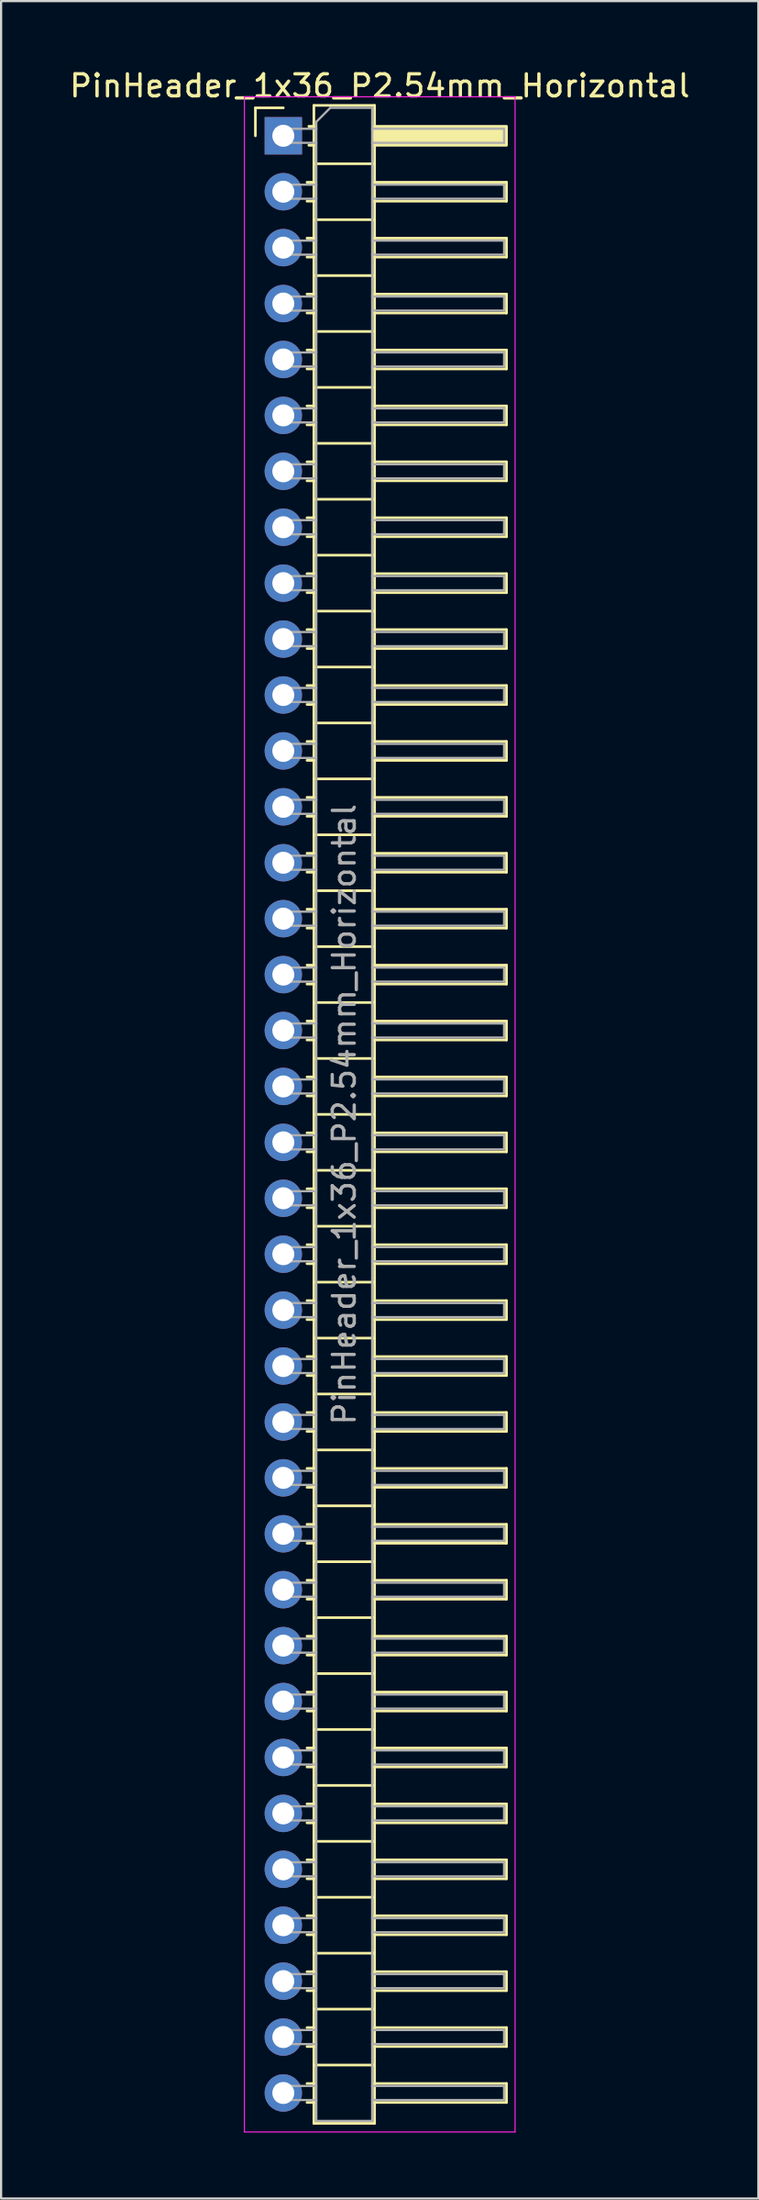
<source format=kicad_pcb>
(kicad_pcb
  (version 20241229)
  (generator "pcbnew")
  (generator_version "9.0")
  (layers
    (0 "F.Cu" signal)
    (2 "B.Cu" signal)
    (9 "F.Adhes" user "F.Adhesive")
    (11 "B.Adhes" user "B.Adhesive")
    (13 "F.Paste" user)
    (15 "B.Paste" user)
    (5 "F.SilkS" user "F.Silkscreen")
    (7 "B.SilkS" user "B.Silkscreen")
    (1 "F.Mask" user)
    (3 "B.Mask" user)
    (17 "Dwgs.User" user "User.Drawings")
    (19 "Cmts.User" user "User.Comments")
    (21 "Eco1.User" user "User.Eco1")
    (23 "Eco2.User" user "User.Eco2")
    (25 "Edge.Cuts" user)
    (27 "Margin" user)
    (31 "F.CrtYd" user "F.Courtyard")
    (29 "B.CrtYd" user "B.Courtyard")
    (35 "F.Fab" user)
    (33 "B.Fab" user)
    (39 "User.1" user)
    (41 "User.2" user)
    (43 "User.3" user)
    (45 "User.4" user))
  (footprint "PinHeader_1x36_P2.54mm_Horizontal"
    (layer "F.Cu")
    (at 9.835 3.118)
    (property "Reference" "PinHeader_1x36_P2.54mm_Horizontal" (at 4.385 -2.27 0) (layer "F.SilkS") (effects (font (size 1 1) (thickness 0.15))))
    (attr through_hole)
    (fp_line (start -1.27 -1.27) (end 0 -1.27) (stroke (width 0.12) (type solid)) (layer "F.SilkS"))
    (fp_line (start -1.27 0) (end -1.27 -1.27) (stroke (width 0.12) (type solid)) (layer "F.SilkS"))
    (fp_line (start 1.077 2.11) (end 1.39 2.11) (stroke (width 0.12) (type solid)) (layer "F.SilkS"))
    (fp_line (start 1.077 2.97) (end 1.39 2.97) (stroke (width 0.12) (type solid)) (layer "F.SilkS"))
    (fp_line (start 1.077 4.65) (end 1.39 4.65) (stroke (width 0.12) (type solid)) (layer "F.SilkS"))
    (fp_line (start 1.077 5.51) (end 1.39 5.51) (stroke (width 0.12) (type solid)) (layer "F.SilkS"))
    (fp_line (start 1.077 7.19) (end 1.39 7.19) (stroke (width 0.12) (type solid)) (layer "F.SilkS"))
    (fp_line (start 1.077 8.05) (end 1.39 8.05) (stroke (width 0.12) (type solid)) (layer "F.SilkS"))
    (fp_line (start 1.077 9.73) (end 1.39 9.73) (stroke (width 0.12) (type solid)) (layer "F.SilkS"))
    (fp_line (start 1.077 10.59) (end 1.39 10.59) (stroke (width 0.12) (type solid)) (layer "F.SilkS"))
    (fp_line (start 1.077 12.27) (end 1.39 12.27) (stroke (width 0.12) (type solid)) (layer "F.SilkS"))
    (fp_line (start 1.077 13.13) (end 1.39 13.13) (stroke (width 0.12) (type solid)) (layer "F.SilkS"))
    (fp_line (start 1.077 14.81) (end 1.39 14.81) (stroke (width 0.12) (type solid)) (layer "F.SilkS"))
    (fp_line (start 1.077 15.67) (end 1.39 15.67) (stroke (width 0.12) (type solid)) (layer "F.SilkS"))
    (fp_line (start 1.077 17.35) (end 1.39 17.35) (stroke (width 0.12) (type solid)) (layer "F.SilkS"))
    (fp_line (start 1.077 18.21) (end 1.39 18.21) (stroke (width 0.12) (type solid)) (layer "F.SilkS"))
    (fp_line (start 1.077 19.89) (end 1.39 19.89) (stroke (width 0.12) (type solid)) (layer "F.SilkS"))
    (fp_line (start 1.077 20.75) (end 1.39 20.75) (stroke (width 0.12) (type solid)) (layer "F.SilkS"))
    (fp_line (start 1.077 22.43) (end 1.39 22.43) (stroke (width 0.12) (type solid)) (layer "F.SilkS"))
    (fp_line (start 1.077 23.29) (end 1.39 23.29) (stroke (width 0.12) (type solid)) (layer "F.SilkS"))
    (fp_line (start 1.077 24.97) (end 1.39 24.97) (stroke (width 0.12) (type solid)) (layer "F.SilkS"))
    (fp_line (start 1.077 25.83) (end 1.39 25.83) (stroke (width 0.12) (type solid)) (layer "F.SilkS"))
    (fp_line (start 1.077 27.51) (end 1.39 27.51) (stroke (width 0.12) (type solid)) (layer "F.SilkS"))
    (fp_line (start 1.077 28.37) (end 1.39 28.37) (stroke (width 0.12) (type solid)) (layer "F.SilkS"))
    (fp_line (start 1.077 30.05) (end 1.39 30.05) (stroke (width 0.12) (type solid)) (layer "F.SilkS"))
    (fp_line (start 1.077 30.91) (end 1.39 30.91) (stroke (width 0.12) (type solid)) (layer "F.SilkS"))
    (fp_line (start 1.077 32.59) (end 1.39 32.59) (stroke (width 0.12) (type solid)) (layer "F.SilkS"))
    (fp_line (start 1.077 33.45) (end 1.39 33.45) (stroke (width 0.12) (type solid)) (layer "F.SilkS"))
    (fp_line (start 1.077 35.13) (end 1.39 35.13) (stroke (width 0.12) (type solid)) (layer "F.SilkS"))
    (fp_line (start 1.077 35.99) (end 1.39 35.99) (stroke (width 0.12) (type solid)) (layer "F.SilkS"))
    (fp_line (start 1.077 37.67) (end 1.39 37.67) (stroke (width 0.12) (type solid)) (layer "F.SilkS"))
    (fp_line (start 1.077 38.53) (end 1.39 38.53) (stroke (width 0.12) (type solid)) (layer "F.SilkS"))
    (fp_line (start 1.077 40.21) (end 1.39 40.21) (stroke (width 0.12) (type solid)) (layer "F.SilkS"))
    (fp_line (start 1.077 41.07) (end 1.39 41.07) (stroke (width 0.12) (type solid)) (layer "F.SilkS"))
    (fp_line (start 1.077 42.75) (end 1.39 42.75) (stroke (width 0.12) (type solid)) (layer "F.SilkS"))
    (fp_line (start 1.077 43.61) (end 1.39 43.61) (stroke (width 0.12) (type solid)) (layer "F.SilkS"))
    (fp_line (start 1.077 45.29) (end 1.39 45.29) (stroke (width 0.12) (type solid)) (layer "F.SilkS"))
    (fp_line (start 1.077 46.15) (end 1.39 46.15) (stroke (width 0.12) (type solid)) (layer "F.SilkS"))
    (fp_line (start 1.077 47.83) (end 1.39 47.83) (stroke (width 0.12) (type solid)) (layer "F.SilkS"))
    (fp_line (start 1.077 48.69) (end 1.39 48.69) (stroke (width 0.12) (type solid)) (layer "F.SilkS"))
    (fp_line (start 1.077 50.37) (end 1.39 50.37) (stroke (width 0.12) (type solid)) (layer "F.SilkS"))
    (fp_line (start 1.077 51.23) (end 1.39 51.23) (stroke (width 0.12) (type solid)) (layer "F.SilkS"))
    (fp_line (start 1.077 52.91) (end 1.39 52.91) (stroke (width 0.12) (type solid)) (layer "F.SilkS"))
    (fp_line (start 1.077 53.77) (end 1.39 53.77) (stroke (width 0.12) (type solid)) (layer "F.SilkS"))
    (fp_line (start 1.077 55.45) (end 1.39 55.45) (stroke (width 0.12) (type solid)) (layer "F.SilkS"))
    (fp_line (start 1.077 56.31) (end 1.39 56.31) (stroke (width 0.12) (type solid)) (layer "F.SilkS"))
    (fp_line (start 1.077 57.99) (end 1.39 57.99) (stroke (width 0.12) (type solid)) (layer "F.SilkS"))
    (fp_line (start 1.077 58.85) (end 1.39 58.85) (stroke (width 0.12) (type solid)) (layer "F.SilkS"))
    (fp_line (start 1.077 60.53) (end 1.39 60.53) (stroke (width 0.12) (type solid)) (layer "F.SilkS"))
    (fp_line (start 1.077 61.39) (end 1.39 61.39) (stroke (width 0.12) (type solid)) (layer "F.SilkS"))
    (fp_line (start 1.077 63.07) (end 1.39 63.07) (stroke (width 0.12) (type solid)) (layer "F.SilkS"))
    (fp_line (start 1.077 63.93) (end 1.39 63.93) (stroke (width 0.12) (type solid)) (layer "F.SilkS"))
    (fp_line (start 1.077 65.61) (end 1.39 65.61) (stroke (width 0.12) (type solid)) (layer "F.SilkS"))
    (fp_line (start 1.077 66.47) (end 1.39 66.47) (stroke (width 0.12) (type solid)) (layer "F.SilkS"))
    (fp_line (start 1.077 68.15) (end 1.39 68.15) (stroke (width 0.12) (type solid)) (layer "F.SilkS"))
    (fp_line (start 1.077 69.01) (end 1.39 69.01) (stroke (width 0.12) (type solid)) (layer "F.SilkS"))
    (fp_line (start 1.077 70.69) (end 1.39 70.69) (stroke (width 0.12) (type solid)) (layer "F.SilkS"))
    (fp_line (start 1.077 71.55) (end 1.39 71.55) (stroke (width 0.12) (type solid)) (layer "F.SilkS"))
    (fp_line (start 1.077 73.23) (end 1.39 73.23) (stroke (width 0.12) (type solid)) (layer "F.SilkS"))
    (fp_line (start 1.077 74.09) (end 1.39 74.09) (stroke (width 0.12) (type solid)) (layer "F.SilkS"))
    (fp_line (start 1.077 75.77) (end 1.39 75.77) (stroke (width 0.12) (type solid)) (layer "F.SilkS"))
    (fp_line (start 1.077 76.63) (end 1.39 76.63) (stroke (width 0.12) (type solid)) (layer "F.SilkS"))
    (fp_line (start 1.077 78.31) (end 1.39 78.31) (stroke (width 0.12) (type solid)) (layer "F.SilkS"))
    (fp_line (start 1.077 79.17) (end 1.39 79.17) (stroke (width 0.12) (type solid)) (layer "F.SilkS"))
    (fp_line (start 1.077 80.85) (end 1.39 80.85) (stroke (width 0.12) (type solid)) (layer "F.SilkS"))
    (fp_line (start 1.077 81.71) (end 1.39 81.71) (stroke (width 0.12) (type solid)) (layer "F.SilkS"))
    (fp_line (start 1.077 83.39) (end 1.39 83.39) (stroke (width 0.12) (type solid)) (layer "F.SilkS"))
    (fp_line (start 1.077 84.25) (end 1.39 84.25) (stroke (width 0.12) (type solid)) (layer "F.SilkS"))
    (fp_line (start 1.077 85.93) (end 1.39 85.93) (stroke (width 0.12) (type solid)) (layer "F.SilkS"))
    (fp_line (start 1.077 86.79) (end 1.39 86.79) (stroke (width 0.12) (type solid)) (layer "F.SilkS"))
    (fp_line (start 1.077 88.47) (end 1.39 88.47) (stroke (width 0.12) (type solid)) (layer "F.SilkS"))
    (fp_line (start 1.077 89.33) (end 1.39 89.33) (stroke (width 0.12) (type solid)) (layer "F.SilkS"))
    (fp_line (start 1.16 -0.43) (end 1.39 -0.43) (stroke (width 0.12) (type solid)) (layer "F.SilkS"))
    (fp_line (start 1.16 0.43) (end 1.39 0.43) (stroke (width 0.12) (type solid)) (layer "F.SilkS"))
    (fp_line (start 1.39 -1.38) (end 1.39 90.28) (stroke (width 0.12) (type solid)) (layer "F.SilkS"))
    (fp_line (start 1.39 1.27) (end 4.15 1.27) (stroke (width 0.12) (type solid)) (layer "F.SilkS"))
    (fp_line (start 1.39 3.81) (end 4.15 3.81) (stroke (width 0.12) (type solid)) (layer "F.SilkS"))
    (fp_line (start 1.39 6.35) (end 4.15 6.35) (stroke (width 0.12) (type solid)) (layer "F.SilkS"))
    (fp_line (start 1.39 8.89) (end 4.15 8.89) (stroke (width 0.12) (type solid)) (layer "F.SilkS"))
    (fp_line (start 1.39 11.43) (end 4.15 11.43) (stroke (width 0.12) (type solid)) (layer "F.SilkS"))
    (fp_line (start 1.39 13.97) (end 4.15 13.97) (stroke (width 0.12) (type solid)) (layer "F.SilkS"))
    (fp_line (start 1.39 16.51) (end 4.15 16.51) (stroke (width 0.12) (type solid)) (layer "F.SilkS"))
    (fp_line (start 1.39 19.05) (end 4.15 19.05) (stroke (width 0.12) (type solid)) (layer "F.SilkS"))
    (fp_line (start 1.39 21.59) (end 4.15 21.59) (stroke (width 0.12) (type solid)) (layer "F.SilkS"))
    (fp_line (start 1.39 24.13) (end 4.15 24.13) (stroke (width 0.12) (type solid)) (layer "F.SilkS"))
    (fp_line (start 1.39 26.67) (end 4.15 26.67) (stroke (width 0.12) (type solid)) (layer "F.SilkS"))
    (fp_line (start 1.39 29.21) (end 4.15 29.21) (stroke (width 0.12) (type solid)) (layer "F.SilkS"))
    (fp_line (start 1.39 31.75) (end 4.15 31.75) (stroke (width 0.12) (type solid)) (layer "F.SilkS"))
    (fp_line (start 1.39 34.29) (end 4.15 34.29) (stroke (width 0.12) (type solid)) (layer "F.SilkS"))
    (fp_line (start 1.39 36.83) (end 4.15 36.83) (stroke (width 0.12) (type solid)) (layer "F.SilkS"))
    (fp_line (start 1.39 39.37) (end 4.15 39.37) (stroke (width 0.12) (type solid)) (layer "F.SilkS"))
    (fp_line (start 1.39 41.91) (end 4.15 41.91) (stroke (width 0.12) (type solid)) (layer "F.SilkS"))
    (fp_line (start 1.39 44.45) (end 4.15 44.45) (stroke (width 0.12) (type solid)) (layer "F.SilkS"))
    (fp_line (start 1.39 46.99) (end 4.15 46.99) (stroke (width 0.12) (type solid)) (layer "F.SilkS"))
    (fp_line (start 1.39 49.53) (end 4.15 49.53) (stroke (width 0.12) (type solid)) (layer "F.SilkS"))
    (fp_line (start 1.39 52.07) (end 4.15 52.07) (stroke (width 0.12) (type solid)) (layer "F.SilkS"))
    (fp_line (start 1.39 54.61) (end 4.15 54.61) (stroke (width 0.12) (type solid)) (layer "F.SilkS"))
    (fp_line (start 1.39 57.15) (end 4.15 57.15) (stroke (width 0.12) (type solid)) (layer "F.SilkS"))
    (fp_line (start 1.39 59.69) (end 4.15 59.69) (stroke (width 0.12) (type solid)) (layer "F.SilkS"))
    (fp_line (start 1.39 62.23) (end 4.15 62.23) (stroke (width 0.12) (type solid)) (layer "F.SilkS"))
    (fp_line (start 1.39 64.77) (end 4.15 64.77) (stroke (width 0.12) (type solid)) (layer "F.SilkS"))
    (fp_line (start 1.39 67.31) (end 4.15 67.31) (stroke (width 0.12) (type solid)) (layer "F.SilkS"))
    (fp_line (start 1.39 69.85) (end 4.15 69.85) (stroke (width 0.12) (type solid)) (layer "F.SilkS"))
    (fp_line (start 1.39 72.39) (end 4.15 72.39) (stroke (width 0.12) (type solid)) (layer "F.SilkS"))
    (fp_line (start 1.39 74.93) (end 4.15 74.93) (stroke (width 0.12) (type solid)) (layer "F.SilkS"))
    (fp_line (start 1.39 77.47) (end 4.15 77.47) (stroke (width 0.12) (type solid)) (layer "F.SilkS"))
    (fp_line (start 1.39 80.01) (end 4.15 80.01) (stroke (width 0.12) (type solid)) (layer "F.SilkS"))
    (fp_line (start 1.39 82.55) (end 4.15 82.55) (stroke (width 0.12) (type solid)) (layer "F.SilkS"))
    (fp_line (start 1.39 85.09) (end 4.15 85.09) (stroke (width 0.12) (type solid)) (layer "F.SilkS"))
    (fp_line (start 1.39 87.63) (end 4.15 87.63) (stroke (width 0.12) (type solid)) (layer "F.SilkS"))
    (fp_line (start 1.39 90.28) (end 4.15 90.28) (stroke (width 0.12) (type solid)) (layer "F.SilkS"))
    (fp_line (start 4.15 -1.38) (end 1.39 -1.38) (stroke (width 0.12) (type solid)) (layer "F.SilkS"))
    (fp_line (start 4.15 2.11) (end 10.15 2.11) (stroke (width 0.12) (type solid)) (layer "F.SilkS"))
    (fp_line (start 4.15 4.65) (end 10.15 4.65) (stroke (width 0.12) (type solid)) (layer "F.SilkS"))
    (fp_line (start 4.15 7.19) (end 10.15 7.19) (stroke (width 0.12) (type solid)) (layer "F.SilkS"))
    (fp_line (start 4.15 9.73) (end 10.15 9.73) (stroke (width 0.12) (type solid)) (layer "F.SilkS"))
    (fp_line (start 4.15 12.27) (end 10.15 12.27) (stroke (width 0.12) (type solid)) (layer "F.SilkS"))
    (fp_line (start 4.15 14.81) (end 10.15 14.81) (stroke (width 0.12) (type solid)) (layer "F.SilkS"))
    (fp_line (start 4.15 17.35) (end 10.15 17.35) (stroke (width 0.12) (type solid)) (layer "F.SilkS"))
    (fp_line (start 4.15 19.89) (end 10.15 19.89) (stroke (width 0.12) (type solid)) (layer "F.SilkS"))
    (fp_line (start 4.15 22.43) (end 10.15 22.43) (stroke (width 0.12) (type solid)) (layer "F.SilkS"))
    (fp_line (start 4.15 24.97) (end 10.15 24.97) (stroke (width 0.12) (type solid)) (layer "F.SilkS"))
    (fp_line (start 4.15 27.51) (end 10.15 27.51) (stroke (width 0.12) (type solid)) (layer "F.SilkS"))
    (fp_line (start 4.15 30.05) (end 10.15 30.05) (stroke (width 0.12) (type solid)) (layer "F.SilkS"))
    (fp_line (start 4.15 32.59) (end 10.15 32.59) (stroke (width 0.12) (type solid)) (layer "F.SilkS"))
    (fp_line (start 4.15 35.13) (end 10.15 35.13) (stroke (width 0.12) (type solid)) (layer "F.SilkS"))
    (fp_line (start 4.15 37.67) (end 10.15 37.67) (stroke (width 0.12) (type solid)) (layer "F.SilkS"))
    (fp_line (start 4.15 40.21) (end 10.15 40.21) (stroke (width 0.12) (type solid)) (layer "F.SilkS"))
    (fp_line (start 4.15 42.75) (end 10.15 42.75) (stroke (width 0.12) (type solid)) (layer "F.SilkS"))
    (fp_line (start 4.15 45.29) (end 10.15 45.29) (stroke (width 0.12) (type solid)) (layer "F.SilkS"))
    (fp_line (start 4.15 47.83) (end 10.15 47.83) (stroke (width 0.12) (type solid)) (layer "F.SilkS"))
    (fp_line (start 4.15 50.37) (end 10.15 50.37) (stroke (width 0.12) (type solid)) (layer "F.SilkS"))
    (fp_line (start 4.15 52.91) (end 10.15 52.91) (stroke (width 0.12) (type solid)) (layer "F.SilkS"))
    (fp_line (start 4.15 55.45) (end 10.15 55.45) (stroke (width 0.12) (type solid)) (layer "F.SilkS"))
    (fp_line (start 4.15 57.99) (end 10.15 57.99) (stroke (width 0.12) (type solid)) (layer "F.SilkS"))
    (fp_line (start 4.15 60.53) (end 10.15 60.53) (stroke (width 0.12) (type solid)) (layer "F.SilkS"))
    (fp_line (start 4.15 63.07) (end 10.15 63.07) (stroke (width 0.12) (type solid)) (layer "F.SilkS"))
    (fp_line (start 4.15 65.61) (end 10.15 65.61) (stroke (width 0.12) (type solid)) (layer "F.SilkS"))
    (fp_line (start 4.15 68.15) (end 10.15 68.15) (stroke (width 0.12) (type solid)) (layer "F.SilkS"))
    (fp_line (start 4.15 70.69) (end 10.15 70.69) (stroke (width 0.12) (type solid)) (layer "F.SilkS"))
    (fp_line (start 4.15 73.23) (end 10.15 73.23) (stroke (width 0.12) (type solid)) (layer "F.SilkS"))
    (fp_line (start 4.15 75.77) (end 10.15 75.77) (stroke (width 0.12) (type solid)) (layer "F.SilkS"))
    (fp_line (start 4.15 78.31) (end 10.15 78.31) (stroke (width 0.12) (type solid)) (layer "F.SilkS"))
    (fp_line (start 4.15 80.85) (end 10.15 80.85) (stroke (width 0.12) (type solid)) (layer "F.SilkS"))
    (fp_line (start 4.15 83.39) (end 10.15 83.39) (stroke (width 0.12) (type solid)) (layer "F.SilkS"))
    (fp_line (start 4.15 85.93) (end 10.15 85.93) (stroke (width 0.12) (type solid)) (layer "F.SilkS"))
    (fp_line (start 4.15 88.47) (end 10.15 88.47) (stroke (width 0.12) (type solid)) (layer "F.SilkS"))
    (fp_line (start 4.15 90.28) (end 4.15 -1.38) (stroke (width 0.12) (type solid)) (layer "F.SilkS"))
    (fp_line (start 10.15 2.11) (end 10.15 2.97) (stroke (width 0.12) (type solid)) (layer "F.SilkS"))
    (fp_line (start 10.15 2.97) (end 4.15 2.97) (stroke (width 0.12) (type solid)) (layer "F.SilkS"))
    (fp_line (start 10.15 4.65) (end 10.15 5.51) (stroke (width 0.12) (type solid)) (layer "F.SilkS"))
    (fp_line (start 10.15 5.51) (end 4.15 5.51) (stroke (width 0.12) (type solid)) (layer "F.SilkS"))
    (fp_line (start 10.15 7.19) (end 10.15 8.05) (stroke (width 0.12) (type solid)) (layer "F.SilkS"))
    (fp_line (start 10.15 8.05) (end 4.15 8.05) (stroke (width 0.12) (type solid)) (layer "F.SilkS"))
    (fp_line (start 10.15 9.73) (end 10.15 10.59) (stroke (width 0.12) (type solid)) (layer "F.SilkS"))
    (fp_line (start 10.15 10.59) (end 4.15 10.59) (stroke (width 0.12) (type solid)) (layer "F.SilkS"))
    (fp_line (start 10.15 12.27) (end 10.15 13.13) (stroke (width 0.12) (type solid)) (layer "F.SilkS"))
    (fp_line (start 10.15 13.13) (end 4.15 13.13) (stroke (width 0.12) (type solid)) (layer "F.SilkS"))
    (fp_line (start 10.15 14.81) (end 10.15 15.67) (stroke (width 0.12) (type solid)) (layer "F.SilkS"))
    (fp_line (start 10.15 15.67) (end 4.15 15.67) (stroke (width 0.12) (type solid)) (layer "F.SilkS"))
    (fp_line (start 10.15 17.35) (end 10.15 18.21) (stroke (width 0.12) (type solid)) (layer "F.SilkS"))
    (fp_line (start 10.15 18.21) (end 4.15 18.21) (stroke (width 0.12) (type solid)) (layer "F.SilkS"))
    (fp_line (start 10.15 19.89) (end 10.15 20.75) (stroke (width 0.12) (type solid)) (layer "F.SilkS"))
    (fp_line (start 10.15 20.75) (end 4.15 20.75) (stroke (width 0.12) (type solid)) (layer "F.SilkS"))
    (fp_line (start 10.15 22.43) (end 10.15 23.29) (stroke (width 0.12) (type solid)) (layer "F.SilkS"))
    (fp_line (start 10.15 23.29) (end 4.15 23.29) (stroke (width 0.12) (type solid)) (layer "F.SilkS"))
    (fp_line (start 10.15 24.97) (end 10.15 25.83) (stroke (width 0.12) (type solid)) (layer "F.SilkS"))
    (fp_line (start 10.15 25.83) (end 4.15 25.83) (stroke (width 0.12) (type solid)) (layer "F.SilkS"))
    (fp_line (start 10.15 27.51) (end 10.15 28.37) (stroke (width 0.12) (type solid)) (layer "F.SilkS"))
    (fp_line (start 10.15 28.37) (end 4.15 28.37) (stroke (width 0.12) (type solid)) (layer "F.SilkS"))
    (fp_line (start 10.15 30.05) (end 10.15 30.91) (stroke (width 0.12) (type solid)) (layer "F.SilkS"))
    (fp_line (start 10.15 30.91) (end 4.15 30.91) (stroke (width 0.12) (type solid)) (layer "F.SilkS"))
    (fp_line (start 10.15 32.59) (end 10.15 33.45) (stroke (width 0.12) (type solid)) (layer "F.SilkS"))
    (fp_line (start 10.15 33.45) (end 4.15 33.45) (stroke (width 0.12) (type solid)) (layer "F.SilkS"))
    (fp_line (start 10.15 35.13) (end 10.15 35.99) (stroke (width 0.12) (type solid)) (layer "F.SilkS"))
    (fp_line (start 10.15 35.99) (end 4.15 35.99) (stroke (width 0.12) (type solid)) (layer "F.SilkS"))
    (fp_line (start 10.15 37.67) (end 10.15 38.53) (stroke (width 0.12) (type solid)) (layer "F.SilkS"))
    (fp_line (start 10.15 38.53) (end 4.15 38.53) (stroke (width 0.12) (type solid)) (layer "F.SilkS"))
    (fp_line (start 10.15 40.21) (end 10.15 41.07) (stroke (width 0.12) (type solid)) (layer "F.SilkS"))
    (fp_line (start 10.15 41.07) (end 4.15 41.07) (stroke (width 0.12) (type solid)) (layer "F.SilkS"))
    (fp_line (start 10.15 42.75) (end 10.15 43.61) (stroke (width 0.12) (type solid)) (layer "F.SilkS"))
    (fp_line (start 10.15 43.61) (end 4.15 43.61) (stroke (width 0.12) (type solid)) (layer "F.SilkS"))
    (fp_line (start 10.15 45.29) (end 10.15 46.15) (stroke (width 0.12) (type solid)) (layer "F.SilkS"))
    (fp_line (start 10.15 46.15) (end 4.15 46.15) (stroke (width 0.12) (type solid)) (layer "F.SilkS"))
    (fp_line (start 10.15 47.83) (end 10.15 48.69) (stroke (width 0.12) (type solid)) (layer "F.SilkS"))
    (fp_line (start 10.15 48.69) (end 4.15 48.69) (stroke (width 0.12) (type solid)) (layer "F.SilkS"))
    (fp_line (start 10.15 50.37) (end 10.15 51.23) (stroke (width 0.12) (type solid)) (layer "F.SilkS"))
    (fp_line (start 10.15 51.23) (end 4.15 51.23) (stroke (width 0.12) (type solid)) (layer "F.SilkS"))
    (fp_line (start 10.15 52.91) (end 10.15 53.77) (stroke (width 0.12) (type solid)) (layer "F.SilkS"))
    (fp_line (start 10.15 53.77) (end 4.15 53.77) (stroke (width 0.12) (type solid)) (layer "F.SilkS"))
    (fp_line (start 10.15 55.45) (end 10.15 56.31) (stroke (width 0.12) (type solid)) (layer "F.SilkS"))
    (fp_line (start 10.15 56.31) (end 4.15 56.31) (stroke (width 0.12) (type solid)) (layer "F.SilkS"))
    (fp_line (start 10.15 57.99) (end 10.15 58.85) (stroke (width 0.12) (type solid)) (layer "F.SilkS"))
    (fp_line (start 10.15 58.85) (end 4.15 58.85) (stroke (width 0.12) (type solid)) (layer "F.SilkS"))
    (fp_line (start 10.15 60.53) (end 10.15 61.39) (stroke (width 0.12) (type solid)) (layer "F.SilkS"))
    (fp_line (start 10.15 61.39) (end 4.15 61.39) (stroke (width 0.12) (type solid)) (layer "F.SilkS"))
    (fp_line (start 10.15 63.07) (end 10.15 63.93) (stroke (width 0.12) (type solid)) (layer "F.SilkS"))
    (fp_line (start 10.15 63.93) (end 4.15 63.93) (stroke (width 0.12) (type solid)) (layer "F.SilkS"))
    (fp_line (start 10.15 65.61) (end 10.15 66.47) (stroke (width 0.12) (type solid)) (layer "F.SilkS"))
    (fp_line (start 10.15 66.47) (end 4.15 66.47) (stroke (width 0.12) (type solid)) (layer "F.SilkS"))
    (fp_line (start 10.15 68.15) (end 10.15 69.01) (stroke (width 0.12) (type solid)) (layer "F.SilkS"))
    (fp_line (start 10.15 69.01) (end 4.15 69.01) (stroke (width 0.12) (type solid)) (layer "F.SilkS"))
    (fp_line (start 10.15 70.69) (end 10.15 71.55) (stroke (width 0.12) (type solid)) (layer "F.SilkS"))
    (fp_line (start 10.15 71.55) (end 4.15 71.55) (stroke (width 0.12) (type solid)) (layer "F.SilkS"))
    (fp_line (start 10.15 73.23) (end 10.15 74.09) (stroke (width 0.12) (type solid)) (layer "F.SilkS"))
    (fp_line (start 10.15 74.09) (end 4.15 74.09) (stroke (width 0.12) (type solid)) (layer "F.SilkS"))
    (fp_line (start 10.15 75.77) (end 10.15 76.63) (stroke (width 0.12) (type solid)) (layer "F.SilkS"))
    (fp_line (start 10.15 76.63) (end 4.15 76.63) (stroke (width 0.12) (type solid)) (layer "F.SilkS"))
    (fp_line (start 10.15 78.31) (end 10.15 79.17) (stroke (width 0.12) (type solid)) (layer "F.SilkS"))
    (fp_line (start 10.15 79.17) (end 4.15 79.17) (stroke (width 0.12) (type solid)) (layer "F.SilkS"))
    (fp_line (start 10.15 80.85) (end 10.15 81.71) (stroke (width 0.12) (type solid)) (layer "F.SilkS"))
    (fp_line (start 10.15 81.71) (end 4.15 81.71) (stroke (width 0.12) (type solid)) (layer "F.SilkS"))
    (fp_line (start 10.15 83.39) (end 10.15 84.25) (stroke (width 0.12) (type solid)) (layer "F.SilkS"))
    (fp_line (start 10.15 84.25) (end 4.15 84.25) (stroke (width 0.12) (type solid)) (layer "F.SilkS"))
    (fp_line (start 10.15 85.93) (end 10.15 86.79) (stroke (width 0.12) (type solid)) (layer "F.SilkS"))
    (fp_line (start 10.15 86.79) (end 4.15 86.79) (stroke (width 0.12) (type solid)) (layer "F.SilkS"))
    (fp_line (start 10.15 88.47) (end 10.15 89.33) (stroke (width 0.12) (type solid)) (layer "F.SilkS"))
    (fp_line (start 10.15 89.33) (end 4.15 89.33) (stroke (width 0.12) (type solid)) (layer "F.SilkS"))
    (fp_rect (start 4.15 -0.43) (end 10.15 0.43) (stroke (width 0.12) (type solid)) (fill yes) (layer "F.SilkS"))
    (fp_line (start -1.77 -1.77) (end -1.77 90.67) (stroke (width 0.05) (type solid)) (layer "F.CrtYd"))
    (fp_line (start -1.77 90.67) (end 10.54 90.67) (stroke (width 0.05) (type solid)) (layer "F.CrtYd"))
    (fp_line (start 10.54 -1.77) (end -1.77 -1.77) (stroke (width 0.05) (type solid)) (layer "F.CrtYd"))
    (fp_line (start 10.54 90.67) (end 10.54 -1.77) (stroke (width 0.05) (type solid)) (layer "F.CrtYd"))
    (fp_line (start -0.32 -0.32) (end -0.32 0.32) (stroke (width 0.1) (type solid)) (layer "F.Fab"))
    (fp_line (start -0.32 -0.32) (end 1.5 -0.32) (stroke (width 0.1) (type solid)) (layer "F.Fab"))
    (fp_line (start -0.32 0.32) (end 1.5 0.32) (stroke (width 0.1) (type solid)) (layer "F.Fab"))
    (fp_line (start -0.32 2.22) (end -0.32 2.86) (stroke (width 0.1) (type solid)) (layer "F.Fab"))
    (fp_line (start -0.32 2.22) (end 1.5 2.22) (stroke (width 0.1) (type solid)) (layer "F.Fab"))
    (fp_line (start -0.32 2.86) (end 1.5 2.86) (stroke (width 0.1) (type solid)) (layer "F.Fab"))
    (fp_line (start -0.32 4.76) (end -0.32 5.4) (stroke (width 0.1) (type solid)) (layer "F.Fab"))
    (fp_line (start -0.32 4.76) (end 1.5 4.76) (stroke (width 0.1) (type solid)) (layer "F.Fab"))
    (fp_line (start -0.32 5.4) (end 1.5 5.4) (stroke (width 0.1) (type solid)) (layer "F.Fab"))
    (fp_line (start -0.32 7.3) (end -0.32 7.94) (stroke (width 0.1) (type solid)) (layer "F.Fab"))
    (fp_line (start -0.32 7.3) (end 1.5 7.3) (stroke (width 0.1) (type solid)) (layer "F.Fab"))
    (fp_line (start -0.32 7.94) (end 1.5 7.94) (stroke (width 0.1) (type solid)) (layer "F.Fab"))
    (fp_line (start -0.32 9.84) (end -0.32 10.48) (stroke (width 0.1) (type solid)) (layer "F.Fab"))
    (fp_line (start -0.32 9.84) (end 1.5 9.84) (stroke (width 0.1) (type solid)) (layer "F.Fab"))
    (fp_line (start -0.32 10.48) (end 1.5 10.48) (stroke (width 0.1) (type solid)) (layer "F.Fab"))
    (fp_line (start -0.32 12.38) (end -0.32 13.02) (stroke (width 0.1) (type solid)) (layer "F.Fab"))
    (fp_line (start -0.32 12.38) (end 1.5 12.38) (stroke (width 0.1) (type solid)) (layer "F.Fab"))
    (fp_line (start -0.32 13.02) (end 1.5 13.02) (stroke (width 0.1) (type solid)) (layer "F.Fab"))
    (fp_line (start -0.32 14.92) (end -0.32 15.56) (stroke (width 0.1) (type solid)) (layer "F.Fab"))
    (fp_line (start -0.32 14.92) (end 1.5 14.92) (stroke (width 0.1) (type solid)) (layer "F.Fab"))
    (fp_line (start -0.32 15.56) (end 1.5 15.56) (stroke (width 0.1) (type solid)) (layer "F.Fab"))
    (fp_line (start -0.32 17.46) (end -0.32 18.1) (stroke (width 0.1) (type solid)) (layer "F.Fab"))
    (fp_line (start -0.32 17.46) (end 1.5 17.46) (stroke (width 0.1) (type solid)) (layer "F.Fab"))
    (fp_line (start -0.32 18.1) (end 1.5 18.1) (stroke (width 0.1) (type solid)) (layer "F.Fab"))
    (fp_line (start -0.32 20) (end -0.32 20.64) (stroke (width 0.1) (type solid)) (layer "F.Fab"))
    (fp_line (start -0.32 20) (end 1.5 20) (stroke (width 0.1) (type solid)) (layer "F.Fab"))
    (fp_line (start -0.32 20.64) (end 1.5 20.64) (stroke (width 0.1) (type solid)) (layer "F.Fab"))
    (fp_line (start -0.32 22.54) (end -0.32 23.18) (stroke (width 0.1) (type solid)) (layer "F.Fab"))
    (fp_line (start -0.32 22.54) (end 1.5 22.54) (stroke (width 0.1) (type solid)) (layer "F.Fab"))
    (fp_line (start -0.32 23.18) (end 1.5 23.18) (stroke (width 0.1) (type solid)) (layer "F.Fab"))
    (fp_line (start -0.32 25.08) (end -0.32 25.72) (stroke (width 0.1) (type solid)) (layer "F.Fab"))
    (fp_line (start -0.32 25.08) (end 1.5 25.08) (stroke (width 0.1) (type solid)) (layer "F.Fab"))
    (fp_line (start -0.32 25.72) (end 1.5 25.72) (stroke (width 0.1) (type solid)) (layer "F.Fab"))
    (fp_line (start -0.32 27.62) (end -0.32 28.26) (stroke (width 0.1) (type solid)) (layer "F.Fab"))
    (fp_line (start -0.32 27.62) (end 1.5 27.62) (stroke (width 0.1) (type solid)) (layer "F.Fab"))
    (fp_line (start -0.32 28.26) (end 1.5 28.26) (stroke (width 0.1) (type solid)) (layer "F.Fab"))
    (fp_line (start -0.32 30.16) (end -0.32 30.8) (stroke (width 0.1) (type solid)) (layer "F.Fab"))
    (fp_line (start -0.32 30.16) (end 1.5 30.16) (stroke (width 0.1) (type solid)) (layer "F.Fab"))
    (fp_line (start -0.32 30.8) (end 1.5 30.8) (stroke (width 0.1) (type solid)) (layer "F.Fab"))
    (fp_line (start -0.32 32.7) (end -0.32 33.34) (stroke (width 0.1) (type solid)) (layer "F.Fab"))
    (fp_line (start -0.32 32.7) (end 1.5 32.7) (stroke (width 0.1) (type solid)) (layer "F.Fab"))
    (fp_line (start -0.32 33.34) (end 1.5 33.34) (stroke (width 0.1) (type solid)) (layer "F.Fab"))
    (fp_line (start -0.32 35.24) (end -0.32 35.88) (stroke (width 0.1) (type solid)) (layer "F.Fab"))
    (fp_line (start -0.32 35.24) (end 1.5 35.24) (stroke (width 0.1) (type solid)) (layer "F.Fab"))
    (fp_line (start -0.32 35.88) (end 1.5 35.88) (stroke (width 0.1) (type solid)) (layer "F.Fab"))
    (fp_line (start -0.32 37.78) (end -0.32 38.42) (stroke (width 0.1) (type solid)) (layer "F.Fab"))
    (fp_line (start -0.32 37.78) (end 1.5 37.78) (stroke (width 0.1) (type solid)) (layer "F.Fab"))
    (fp_line (start -0.32 38.42) (end 1.5 38.42) (stroke (width 0.1) (type solid)) (layer "F.Fab"))
    (fp_line (start -0.32 40.32) (end -0.32 40.96) (stroke (width 0.1) (type solid)) (layer "F.Fab"))
    (fp_line (start -0.32 40.32) (end 1.5 40.32) (stroke (width 0.1) (type solid)) (layer "F.Fab"))
    (fp_line (start -0.32 40.96) (end 1.5 40.96) (stroke (width 0.1) (type solid)) (layer "F.Fab"))
    (fp_line (start -0.32 42.86) (end -0.32 43.5) (stroke (width 0.1) (type solid)) (layer "F.Fab"))
    (fp_line (start -0.32 42.86) (end 1.5 42.86) (stroke (width 0.1) (type solid)) (layer "F.Fab"))
    (fp_line (start -0.32 43.5) (end 1.5 43.5) (stroke (width 0.1) (type solid)) (layer "F.Fab"))
    (fp_line (start -0.32 45.4) (end -0.32 46.04) (stroke (width 0.1) (type solid)) (layer "F.Fab"))
    (fp_line (start -0.32 45.4) (end 1.5 45.4) (stroke (width 0.1) (type solid)) (layer "F.Fab"))
    (fp_line (start -0.32 46.04) (end 1.5 46.04) (stroke (width 0.1) (type solid)) (layer "F.Fab"))
    (fp_line (start -0.32 47.94) (end -0.32 48.58) (stroke (width 0.1) (type solid)) (layer "F.Fab"))
    (fp_line (start -0.32 47.94) (end 1.5 47.94) (stroke (width 0.1) (type solid)) (layer "F.Fab"))
    (fp_line (start -0.32 48.58) (end 1.5 48.58) (stroke (width 0.1) (type solid)) (layer "F.Fab"))
    (fp_line (start -0.32 50.48) (end -0.32 51.12) (stroke (width 0.1) (type solid)) (layer "F.Fab"))
    (fp_line (start -0.32 50.48) (end 1.5 50.48) (stroke (width 0.1) (type solid)) (layer "F.Fab"))
    (fp_line (start -0.32 51.12) (end 1.5 51.12) (stroke (width 0.1) (type solid)) (layer "F.Fab"))
    (fp_line (start -0.32 53.02) (end -0.32 53.66) (stroke (width 0.1) (type solid)) (layer "F.Fab"))
    (fp_line (start -0.32 53.02) (end 1.5 53.02) (stroke (width 0.1) (type solid)) (layer "F.Fab"))
    (fp_line (start -0.32 53.66) (end 1.5 53.66) (stroke (width 0.1) (type solid)) (layer "F.Fab"))
    (fp_line (start -0.32 55.56) (end -0.32 56.2) (stroke (width 0.1) (type solid)) (layer "F.Fab"))
    (fp_line (start -0.32 55.56) (end 1.5 55.56) (stroke (width 0.1) (type solid)) (layer "F.Fab"))
    (fp_line (start -0.32 56.2) (end 1.5 56.2) (stroke (width 0.1) (type solid)) (layer "F.Fab"))
    (fp_line (start -0.32 58.1) (end -0.32 58.74) (stroke (width 0.1) (type solid)) (layer "F.Fab"))
    (fp_line (start -0.32 58.1) (end 1.5 58.1) (stroke (width 0.1) (type solid)) (layer "F.Fab"))
    (fp_line (start -0.32 58.74) (end 1.5 58.74) (stroke (width 0.1) (type solid)) (layer "F.Fab"))
    (fp_line (start -0.32 60.64) (end -0.32 61.28) (stroke (width 0.1) (type solid)) (layer "F.Fab"))
    (fp_line (start -0.32 60.64) (end 1.5 60.64) (stroke (width 0.1) (type solid)) (layer "F.Fab"))
    (fp_line (start -0.32 61.28) (end 1.5 61.28) (stroke (width 0.1) (type solid)) (layer "F.Fab"))
    (fp_line (start -0.32 63.18) (end -0.32 63.82) (stroke (width 0.1) (type solid)) (layer "F.Fab"))
    (fp_line (start -0.32 63.18) (end 1.5 63.18) (stroke (width 0.1) (type solid)) (layer "F.Fab"))
    (fp_line (start -0.32 63.82) (end 1.5 63.82) (stroke (width 0.1) (type solid)) (layer "F.Fab"))
    (fp_line (start -0.32 65.72) (end -0.32 66.36) (stroke (width 0.1) (type solid)) (layer "F.Fab"))
    (fp_line (start -0.32 65.72) (end 1.5 65.72) (stroke (width 0.1) (type solid)) (layer "F.Fab"))
    (fp_line (start -0.32 66.36) (end 1.5 66.36) (stroke (width 0.1) (type solid)) (layer "F.Fab"))
    (fp_line (start -0.32 68.26) (end -0.32 68.9) (stroke (width 0.1) (type solid)) (layer "F.Fab"))
    (fp_line (start -0.32 68.26) (end 1.5 68.26) (stroke (width 0.1) (type solid)) (layer "F.Fab"))
    (fp_line (start -0.32 68.9) (end 1.5 68.9) (stroke (width 0.1) (type solid)) (layer "F.Fab"))
    (fp_line (start -0.32 70.8) (end -0.32 71.44) (stroke (width 0.1) (type solid)) (layer "F.Fab"))
    (fp_line (start -0.32 70.8) (end 1.5 70.8) (stroke (width 0.1) (type solid)) (layer "F.Fab"))
    (fp_line (start -0.32 71.44) (end 1.5 71.44) (stroke (width 0.1) (type solid)) (layer "F.Fab"))
    (fp_line (start -0.32 73.34) (end -0.32 73.98) (stroke (width 0.1) (type solid)) (layer "F.Fab"))
    (fp_line (start -0.32 73.34) (end 1.5 73.34) (stroke (width 0.1) (type solid)) (layer "F.Fab"))
    (fp_line (start -0.32 73.98) (end 1.5 73.98) (stroke (width 0.1) (type solid)) (layer "F.Fab"))
    (fp_line (start -0.32 75.88) (end -0.32 76.52) (stroke (width 0.1) (type solid)) (layer "F.Fab"))
    (fp_line (start -0.32 75.88) (end 1.5 75.88) (stroke (width 0.1) (type solid)) (layer "F.Fab"))
    (fp_line (start -0.32 76.52) (end 1.5 76.52) (stroke (width 0.1) (type solid)) (layer "F.Fab"))
    (fp_line (start -0.32 78.42) (end -0.32 79.06) (stroke (width 0.1) (type solid)) (layer "F.Fab"))
    (fp_line (start -0.32 78.42) (end 1.5 78.42) (stroke (width 0.1) (type solid)) (layer "F.Fab"))
    (fp_line (start -0.32 79.06) (end 1.5 79.06) (stroke (width 0.1) (type solid)) (layer "F.Fab"))
    (fp_line (start -0.32 80.96) (end -0.32 81.6) (stroke (width 0.1) (type solid)) (layer "F.Fab"))
    (fp_line (start -0.32 80.96) (end 1.5 80.96) (stroke (width 0.1) (type solid)) (layer "F.Fab"))
    (fp_line (start -0.32 81.6) (end 1.5 81.6) (stroke (width 0.1) (type solid)) (layer "F.Fab"))
    (fp_line (start -0.32 83.5) (end -0.32 84.14) (stroke (width 0.1) (type solid)) (layer "F.Fab"))
    (fp_line (start -0.32 83.5) (end 1.5 83.5) (stroke (width 0.1) (type solid)) (layer "F.Fab"))
    (fp_line (start -0.32 84.14) (end 1.5 84.14) (stroke (width 0.1) (type solid)) (layer "F.Fab"))
    (fp_line (start -0.32 86.04) (end -0.32 86.68) (stroke (width 0.1) (type solid)) (layer "F.Fab"))
    (fp_line (start -0.32 86.04) (end 1.5 86.04) (stroke (width 0.1) (type solid)) (layer "F.Fab"))
    (fp_line (start -0.32 86.68) (end 1.5 86.68) (stroke (width 0.1) (type solid)) (layer "F.Fab"))
    (fp_line (start -0.32 88.58) (end -0.32 89.22) (stroke (width 0.1) (type solid)) (layer "F.Fab"))
    (fp_line (start -0.32 88.58) (end 1.5 88.58) (stroke (width 0.1) (type solid)) (layer "F.Fab"))
    (fp_line (start -0.32 89.22) (end 1.5 89.22) (stroke (width 0.1) (type solid)) (layer "F.Fab"))
    (fp_line (start 1.5 -0.635) (end 2.135 -1.27) (stroke (width 0.1) (type solid)) (layer "F.Fab"))
    (fp_line (start 1.5 90.17) (end 1.5 -0.635) (stroke (width 0.1) (type solid)) (layer "F.Fab"))
    (fp_line (start 2.135 -1.27) (end 4.04 -1.27) (stroke (width 0.1) (type solid)) (layer "F.Fab"))
    (fp_line (start 4.04 -1.27) (end 4.04 90.17) (stroke (width 0.1) (type solid)) (layer "F.Fab"))
    (fp_line (start 4.04 -0.32) (end 10.04 -0.32) (stroke (width 0.1) (type solid)) (layer "F.Fab"))
    (fp_line (start 4.04 0.32) (end 10.04 0.32) (stroke (width 0.1) (type solid)) (layer "F.Fab"))
    (fp_line (start 4.04 2.22) (end 10.04 2.22) (stroke (width 0.1) (type solid)) (layer "F.Fab"))
    (fp_line (start 4.04 2.86) (end 10.04 2.86) (stroke (width 0.1) (type solid)) (layer "F.Fab"))
    (fp_line (start 4.04 4.76) (end 10.04 4.76) (stroke (width 0.1) (type solid)) (layer "F.Fab"))
    (fp_line (start 4.04 5.4) (end 10.04 5.4) (stroke (width 0.1) (type solid)) (layer "F.Fab"))
    (fp_line (start 4.04 7.3) (end 10.04 7.3) (stroke (width 0.1) (type solid)) (layer "F.Fab"))
    (fp_line (start 4.04 7.94) (end 10.04 7.94) (stroke (width 0.1) (type solid)) (layer "F.Fab"))
    (fp_line (start 4.04 9.84) (end 10.04 9.84) (stroke (width 0.1) (type solid)) (layer "F.Fab"))
    (fp_line (start 4.04 10.48) (end 10.04 10.48) (stroke (width 0.1) (type solid)) (layer "F.Fab"))
    (fp_line (start 4.04 12.38) (end 10.04 12.38) (stroke (width 0.1) (type solid)) (layer "F.Fab"))
    (fp_line (start 4.04 13.02) (end 10.04 13.02) (stroke (width 0.1) (type solid)) (layer "F.Fab"))
    (fp_line (start 4.04 14.92) (end 10.04 14.92) (stroke (width 0.1) (type solid)) (layer "F.Fab"))
    (fp_line (start 4.04 15.56) (end 10.04 15.56) (stroke (width 0.1) (type solid)) (layer "F.Fab"))
    (fp_line (start 4.04 17.46) (end 10.04 17.46) (stroke (width 0.1) (type solid)) (layer "F.Fab"))
    (fp_line (start 4.04 18.1) (end 10.04 18.1) (stroke (width 0.1) (type solid)) (layer "F.Fab"))
    (fp_line (start 4.04 20) (end 10.04 20) (stroke (width 0.1) (type solid)) (layer "F.Fab"))
    (fp_line (start 4.04 20.64) (end 10.04 20.64) (stroke (width 0.1) (type solid)) (layer "F.Fab"))
    (fp_line (start 4.04 22.54) (end 10.04 22.54) (stroke (width 0.1) (type solid)) (layer "F.Fab"))
    (fp_line (start 4.04 23.18) (end 10.04 23.18) (stroke (width 0.1) (type solid)) (layer "F.Fab"))
    (fp_line (start 4.04 25.08) (end 10.04 25.08) (stroke (width 0.1) (type solid)) (layer "F.Fab"))
    (fp_line (start 4.04 25.72) (end 10.04 25.72) (stroke (width 0.1) (type solid)) (layer "F.Fab"))
    (fp_line (start 4.04 27.62) (end 10.04 27.62) (stroke (width 0.1) (type solid)) (layer "F.Fab"))
    (fp_line (start 4.04 28.26) (end 10.04 28.26) (stroke (width 0.1) (type solid)) (layer "F.Fab"))
    (fp_line (start 4.04 30.16) (end 10.04 30.16) (stroke (width 0.1) (type solid)) (layer "F.Fab"))
    (fp_line (start 4.04 30.8) (end 10.04 30.8) (stroke (width 0.1) (type solid)) (layer "F.Fab"))
    (fp_line (start 4.04 32.7) (end 10.04 32.7) (stroke (width 0.1) (type solid)) (layer "F.Fab"))
    (fp_line (start 4.04 33.34) (end 10.04 33.34) (stroke (width 0.1) (type solid)) (layer "F.Fab"))
    (fp_line (start 4.04 35.24) (end 10.04 35.24) (stroke (width 0.1) (type solid)) (layer "F.Fab"))
    (fp_line (start 4.04 35.88) (end 10.04 35.88) (stroke (width 0.1) (type solid)) (layer "F.Fab"))
    (fp_line (start 4.04 37.78) (end 10.04 37.78) (stroke (width 0.1) (type solid)) (layer "F.Fab"))
    (fp_line (start 4.04 38.42) (end 10.04 38.42) (stroke (width 0.1) (type solid)) (layer "F.Fab"))
    (fp_line (start 4.04 40.32) (end 10.04 40.32) (stroke (width 0.1) (type solid)) (layer "F.Fab"))
    (fp_line (start 4.04 40.96) (end 10.04 40.96) (stroke (width 0.1) (type solid)) (layer "F.Fab"))
    (fp_line (start 4.04 42.86) (end 10.04 42.86) (stroke (width 0.1) (type solid)) (layer "F.Fab"))
    (fp_line (start 4.04 43.5) (end 10.04 43.5) (stroke (width 0.1) (type solid)) (layer "F.Fab"))
    (fp_line (start 4.04 45.4) (end 10.04 45.4) (stroke (width 0.1) (type solid)) (layer "F.Fab"))
    (fp_line (start 4.04 46.04) (end 10.04 46.04) (stroke (width 0.1) (type solid)) (layer "F.Fab"))
    (fp_line (start 4.04 47.94) (end 10.04 47.94) (stroke (width 0.1) (type solid)) (layer "F.Fab"))
    (fp_line (start 4.04 48.58) (end 10.04 48.58) (stroke (width 0.1) (type solid)) (layer "F.Fab"))
    (fp_line (start 4.04 50.48) (end 10.04 50.48) (stroke (width 0.1) (type solid)) (layer "F.Fab"))
    (fp_line (start 4.04 51.12) (end 10.04 51.12) (stroke (width 0.1) (type solid)) (layer "F.Fab"))
    (fp_line (start 4.04 53.02) (end 10.04 53.02) (stroke (width 0.1) (type solid)) (layer "F.Fab"))
    (fp_line (start 4.04 53.66) (end 10.04 53.66) (stroke (width 0.1) (type solid)) (layer "F.Fab"))
    (fp_line (start 4.04 55.56) (end 10.04 55.56) (stroke (width 0.1) (type solid)) (layer "F.Fab"))
    (fp_line (start 4.04 56.2) (end 10.04 56.2) (stroke (width 0.1) (type solid)) (layer "F.Fab"))
    (fp_line (start 4.04 58.1) (end 10.04 58.1) (stroke (width 0.1) (type solid)) (layer "F.Fab"))
    (fp_line (start 4.04 58.74) (end 10.04 58.74) (stroke (width 0.1) (type solid)) (layer "F.Fab"))
    (fp_line (start 4.04 60.64) (end 10.04 60.64) (stroke (width 0.1) (type solid)) (layer "F.Fab"))
    (fp_line (start 4.04 61.28) (end 10.04 61.28) (stroke (width 0.1) (type solid)) (layer "F.Fab"))
    (fp_line (start 4.04 63.18) (end 10.04 63.18) (stroke (width 0.1) (type solid)) (layer "F.Fab"))
    (fp_line (start 4.04 63.82) (end 10.04 63.82) (stroke (width 0.1) (type solid)) (layer "F.Fab"))
    (fp_line (start 4.04 65.72) (end 10.04 65.72) (stroke (width 0.1) (type solid)) (layer "F.Fab"))
    (fp_line (start 4.04 66.36) (end 10.04 66.36) (stroke (width 0.1) (type solid)) (layer "F.Fab"))
    (fp_line (start 4.04 68.26) (end 10.04 68.26) (stroke (width 0.1) (type solid)) (layer "F.Fab"))
    (fp_line (start 4.04 68.9) (end 10.04 68.9) (stroke (width 0.1) (type solid)) (layer "F.Fab"))
    (fp_line (start 4.04 70.8) (end 10.04 70.8) (stroke (width 0.1) (type solid)) (layer "F.Fab"))
    (fp_line (start 4.04 71.44) (end 10.04 71.44) (stroke (width 0.1) (type solid)) (layer "F.Fab"))
    (fp_line (start 4.04 73.34) (end 10.04 73.34) (stroke (width 0.1) (type solid)) (layer "F.Fab"))
    (fp_line (start 4.04 73.98) (end 10.04 73.98) (stroke (width 0.1) (type solid)) (layer "F.Fab"))
    (fp_line (start 4.04 75.88) (end 10.04 75.88) (stroke (width 0.1) (type solid)) (layer "F.Fab"))
    (fp_line (start 4.04 76.52) (end 10.04 76.52) (stroke (width 0.1) (type solid)) (layer "F.Fab"))
    (fp_line (start 4.04 78.42) (end 10.04 78.42) (stroke (width 0.1) (type solid)) (layer "F.Fab"))
    (fp_line (start 4.04 79.06) (end 10.04 79.06) (stroke (width 0.1) (type solid)) (layer "F.Fab"))
    (fp_line (start 4.04 80.96) (end 10.04 80.96) (stroke (width 0.1) (type solid)) (layer "F.Fab"))
    (fp_line (start 4.04 81.6) (end 10.04 81.6) (stroke (width 0.1) (type solid)) (layer "F.Fab"))
    (fp_line (start 4.04 83.5) (end 10.04 83.5) (stroke (width 0.1) (type solid)) (layer "F.Fab"))
    (fp_line (start 4.04 84.14) (end 10.04 84.14) (stroke (width 0.1) (type solid)) (layer "F.Fab"))
    (fp_line (start 4.04 86.04) (end 10.04 86.04) (stroke (width 0.1) (type solid)) (layer "F.Fab"))
    (fp_line (start 4.04 86.68) (end 10.04 86.68) (stroke (width 0.1) (type solid)) (layer "F.Fab"))
    (fp_line (start 4.04 88.58) (end 10.04 88.58) (stroke (width 0.1) (type solid)) (layer "F.Fab"))
    (fp_line (start 4.04 89.22) (end 10.04 89.22) (stroke (width 0.1) (type solid)) (layer "F.Fab"))
    (fp_line (start 4.04 90.17) (end 1.5 90.17) (stroke (width 0.1) (type solid)) (layer "F.Fab"))
    (fp_line (start 10.04 -0.32) (end 10.04 0.32) (stroke (width 0.1) (type solid)) (layer "F.Fab"))
    (fp_line (start 10.04 2.22) (end 10.04 2.86) (stroke (width 0.1) (type solid)) (layer "F.Fab"))
    (fp_line (start 10.04 4.76) (end 10.04 5.4) (stroke (width 0.1) (type solid)) (layer "F.Fab"))
    (fp_line (start 10.04 7.3) (end 10.04 7.94) (stroke (width 0.1) (type solid)) (layer "F.Fab"))
    (fp_line (start 10.04 9.84) (end 10.04 10.48) (stroke (width 0.1) (type solid)) (layer "F.Fab"))
    (fp_line (start 10.04 12.38) (end 10.04 13.02) (stroke (width 0.1) (type solid)) (layer "F.Fab"))
    (fp_line (start 10.04 14.92) (end 10.04 15.56) (stroke (width 0.1) (type solid)) (layer "F.Fab"))
    (fp_line (start 10.04 17.46) (end 10.04 18.1) (stroke (width 0.1) (type solid)) (layer "F.Fab"))
    (fp_line (start 10.04 20) (end 10.04 20.64) (stroke (width 0.1) (type solid)) (layer "F.Fab"))
    (fp_line (start 10.04 22.54) (end 10.04 23.18) (stroke (width 0.1) (type solid)) (layer "F.Fab"))
    (fp_line (start 10.04 25.08) (end 10.04 25.72) (stroke (width 0.1) (type solid)) (layer "F.Fab"))
    (fp_line (start 10.04 27.62) (end 10.04 28.26) (stroke (width 0.1) (type solid)) (layer "F.Fab"))
    (fp_line (start 10.04 30.16) (end 10.04 30.8) (stroke (width 0.1) (type solid)) (layer "F.Fab"))
    (fp_line (start 10.04 32.7) (end 10.04 33.34) (stroke (width 0.1) (type solid)) (layer "F.Fab"))
    (fp_line (start 10.04 35.24) (end 10.04 35.88) (stroke (width 0.1) (type solid)) (layer "F.Fab"))
    (fp_line (start 10.04 37.78) (end 10.04 38.42) (stroke (width 0.1) (type solid)) (layer "F.Fab"))
    (fp_line (start 10.04 40.32) (end 10.04 40.96) (stroke (width 0.1) (type solid)) (layer "F.Fab"))
    (fp_line (start 10.04 42.86) (end 10.04 43.5) (stroke (width 0.1) (type solid)) (layer "F.Fab"))
    (fp_line (start 10.04 45.4) (end 10.04 46.04) (stroke (width 0.1) (type solid)) (layer "F.Fab"))
    (fp_line (start 10.04 47.94) (end 10.04 48.58) (stroke (width 0.1) (type solid)) (layer "F.Fab"))
    (fp_line (start 10.04 50.48) (end 10.04 51.12) (stroke (width 0.1) (type solid)) (layer "F.Fab"))
    (fp_line (start 10.04 53.02) (end 10.04 53.66) (stroke (width 0.1) (type solid)) (layer "F.Fab"))
    (fp_line (start 10.04 55.56) (end 10.04 56.2) (stroke (width 0.1) (type solid)) (layer "F.Fab"))
    (fp_line (start 10.04 58.1) (end 10.04 58.74) (stroke (width 0.1) (type solid)) (layer "F.Fab"))
    (fp_line (start 10.04 60.64) (end 10.04 61.28) (stroke (width 0.1) (type solid)) (layer "F.Fab"))
    (fp_line (start 10.04 63.18) (end 10.04 63.82) (stroke (width 0.1) (type solid)) (layer "F.Fab"))
    (fp_line (start 10.04 65.72) (end 10.04 66.36) (stroke (width 0.1) (type solid)) (layer "F.Fab"))
    (fp_line (start 10.04 68.26) (end 10.04 68.9) (stroke (width 0.1) (type solid)) (layer "F.Fab"))
    (fp_line (start 10.04 70.8) (end 10.04 71.44) (stroke (width 0.1) (type solid)) (layer "F.Fab"))
    (fp_line (start 10.04 73.34) (end 10.04 73.98) (stroke (width 0.1) (type solid)) (layer "F.Fab"))
    (fp_line (start 10.04 75.88) (end 10.04 76.52) (stroke (width 0.1) (type solid)) (layer "F.Fab"))
    (fp_line (start 10.04 78.42) (end 10.04 79.06) (stroke (width 0.1) (type solid)) (layer "F.Fab"))
    (fp_line (start 10.04 80.96) (end 10.04 81.6) (stroke (width 0.1) (type solid)) (layer "F.Fab"))
    (fp_line (start 10.04 83.5) (end 10.04 84.14) (stroke (width 0.1) (type solid)) (layer "F.Fab"))
    (fp_line (start 10.04 86.04) (end 10.04 86.68) (stroke (width 0.1) (type solid)) (layer "F.Fab"))
    (fp_line (start 10.04 88.58) (end 10.04 89.22) (stroke (width 0.1) (type solid)) (layer "F.Fab"))
    (fp_text user "${REFERENCE}" (at 2.77 44.45 90) (layer "F.Fab") (effects (font (size 1 1) (thickness 0.15))))
    (pad "1" thru_hole rect (at 0 0) (size 1.7 1.7) (drill 1) (layers "*.Cu" "*.Mask"))
    (pad "2" thru_hole circle (at 0 2.54) (size 1.7 1.7) (drill 1) (layers "*.Cu" "*.Mask"))
    (pad "3" thru_hole circle (at 0 5.08) (size 1.7 1.7) (drill 1) (layers "*.Cu" "*.Mask"))
    (pad "4" thru_hole circle (at 0 7.62) (size 1.7 1.7) (drill 1) (layers "*.Cu" "*.Mask"))
    (pad "5" thru_hole circle (at 0 10.16) (size 1.7 1.7) (drill 1) (layers "*.Cu" "*.Mask"))
    (pad "6" thru_hole circle (at 0 12.7) (size 1.7 1.7) (drill 1) (layers "*.Cu" "*.Mask"))
    (pad "7" thru_hole circle (at 0 15.24) (size 1.7 1.7) (drill 1) (layers "*.Cu" "*.Mask"))
    (pad "8" thru_hole circle (at 0 17.78) (size 1.7 1.7) (drill 1) (layers "*.Cu" "*.Mask"))
    (pad "9" thru_hole circle (at 0 20.32) (size 1.7 1.7) (drill 1) (layers "*.Cu" "*.Mask"))
    (pad "10" thru_hole circle (at 0 22.86) (size 1.7 1.7) (drill 1) (layers "*.Cu" "*.Mask"))
    (pad "11" thru_hole circle (at 0 25.4) (size 1.7 1.7) (drill 1) (layers "*.Cu" "*.Mask"))
    (pad "12" thru_hole circle (at 0 27.94) (size 1.7 1.7) (drill 1) (layers "*.Cu" "*.Mask"))
    (pad "13" thru_hole circle (at 0 30.48) (size 1.7 1.7) (drill 1) (layers "*.Cu" "*.Mask"))
    (pad "14" thru_hole circle (at 0 33.02) (size 1.7 1.7) (drill 1) (layers "*.Cu" "*.Mask"))
    (pad "15" thru_hole circle (at 0 35.56) (size 1.7 1.7) (drill 1) (layers "*.Cu" "*.Mask"))
    (pad "16" thru_hole circle (at 0 38.1) (size 1.7 1.7) (drill 1) (layers "*.Cu" "*.Mask"))
    (pad "17" thru_hole circle (at 0 40.64) (size 1.7 1.7) (drill 1) (layers "*.Cu" "*.Mask"))
    (pad "18" thru_hole circle (at 0 43.18) (size 1.7 1.7) (drill 1) (layers "*.Cu" "*.Mask"))
    (pad "19" thru_hole circle (at 0 45.72) (size 1.7 1.7) (drill 1) (layers "*.Cu" "*.Mask"))
    (pad "20" thru_hole circle (at 0 48.26) (size 1.7 1.7) (drill 1) (layers "*.Cu" "*.Mask"))
    (pad "21" thru_hole circle (at 0 50.8) (size 1.7 1.7) (drill 1) (layers "*.Cu" "*.Mask"))
    (pad "22" thru_hole circle (at 0 53.34) (size 1.7 1.7) (drill 1) (layers "*.Cu" "*.Mask"))
    (pad "23" thru_hole circle (at 0 55.88) (size 1.7 1.7) (drill 1) (layers "*.Cu" "*.Mask"))
    (pad "24" thru_hole circle (at 0 58.42) (size 1.7 1.7) (drill 1) (layers "*.Cu" "*.Mask"))
    (pad "25" thru_hole circle (at 0 60.96) (size 1.7 1.7) (drill 1) (layers "*.Cu" "*.Mask"))
    (pad "26" thru_hole circle (at 0 63.5) (size 1.7 1.7) (drill 1) (layers "*.Cu" "*.Mask"))
    (pad "27" thru_hole circle (at 0 66.04) (size 1.7 1.7) (drill 1) (layers "*.Cu" "*.Mask"))
    (pad "28" thru_hole circle (at 0 68.58) (size 1.7 1.7) (drill 1) (layers "*.Cu" "*.Mask"))
    (pad "29" thru_hole circle (at 0 71.12) (size 1.7 1.7) (drill 1) (layers "*.Cu" "*.Mask"))
    (pad "30" thru_hole circle (at 0 73.66) (size 1.7 1.7) (drill 1) (layers "*.Cu" "*.Mask"))
    (pad "31" thru_hole circle (at 0 76.2) (size 1.7 1.7) (drill 1) (layers "*.Cu" "*.Mask"))
    (pad "32" thru_hole circle (at 0 78.74) (size 1.7 1.7) (drill 1) (layers "*.Cu" "*.Mask"))
    (pad "33" thru_hole circle (at 0 81.28) (size 1.7 1.7) (drill 1) (layers "*.Cu" "*.Mask"))
    (pad "34" thru_hole circle (at 0 83.82) (size 1.7 1.7) (drill 1) (layers "*.Cu" "*.Mask"))
    (pad "35" thru_hole circle (at 0 86.36) (size 1.7 1.7) (drill 1) (layers "*.Cu" "*.Mask"))
    (pad "36" thru_hole circle (at 0 88.9) (size 1.7 1.7) (drill 1) (layers "*.Cu" "*.Mask")))
  (gr_rect
    (start -3 -3)
    (end 31.44 96.813)
    (stroke (width 0.1) (type default))
    (fill no)
    (layer "Edge.Cuts")))
</source>
